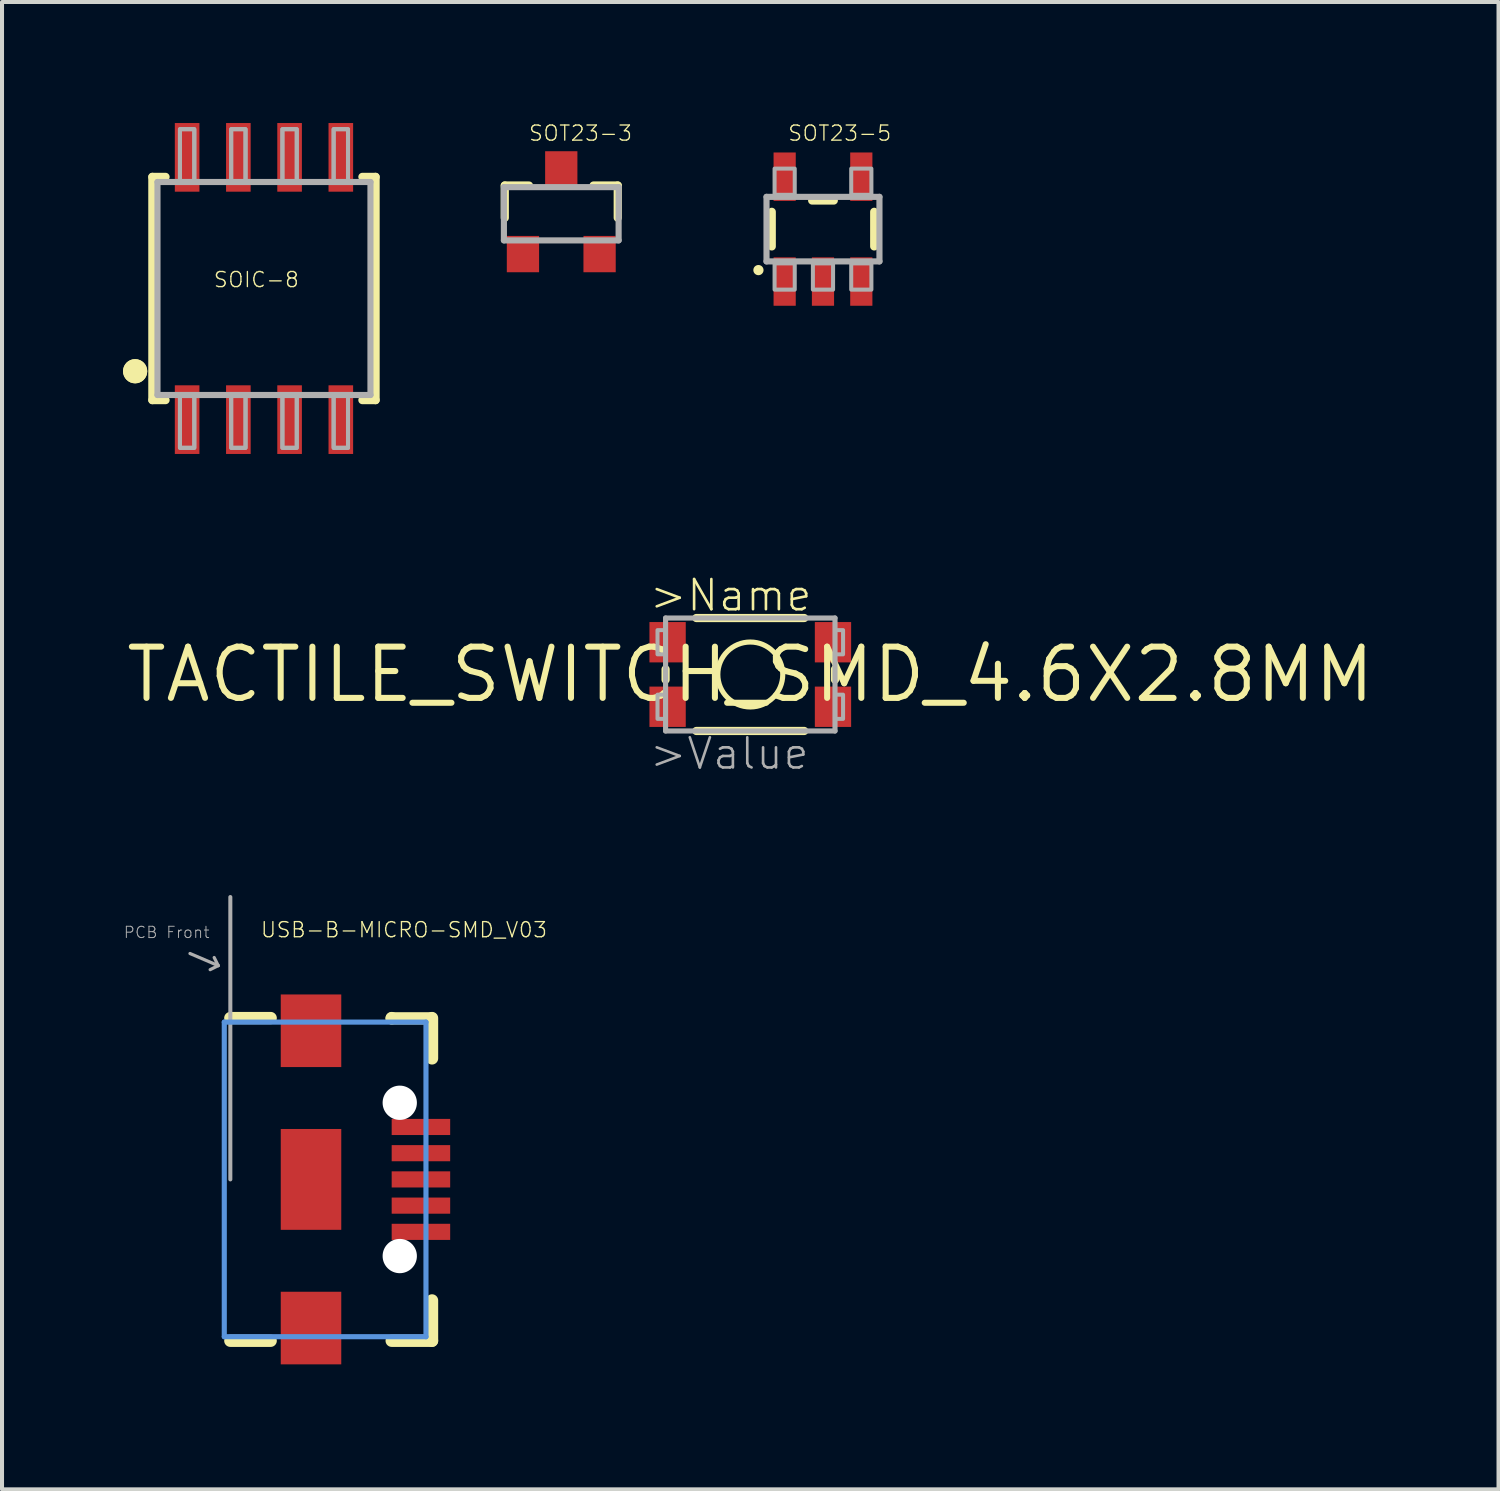
<source format=kicad_pcb>
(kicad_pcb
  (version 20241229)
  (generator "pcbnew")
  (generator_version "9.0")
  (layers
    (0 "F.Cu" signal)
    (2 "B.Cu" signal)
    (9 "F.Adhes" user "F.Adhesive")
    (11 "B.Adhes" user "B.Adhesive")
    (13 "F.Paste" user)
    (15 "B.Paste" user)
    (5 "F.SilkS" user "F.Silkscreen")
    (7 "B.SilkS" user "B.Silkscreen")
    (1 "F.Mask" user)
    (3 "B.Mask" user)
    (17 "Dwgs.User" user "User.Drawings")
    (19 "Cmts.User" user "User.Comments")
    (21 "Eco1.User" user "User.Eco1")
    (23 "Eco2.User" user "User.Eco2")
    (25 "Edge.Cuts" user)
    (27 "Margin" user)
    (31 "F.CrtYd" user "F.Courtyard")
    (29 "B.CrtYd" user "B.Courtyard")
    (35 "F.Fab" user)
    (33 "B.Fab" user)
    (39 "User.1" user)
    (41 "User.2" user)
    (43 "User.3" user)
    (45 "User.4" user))
  (footprint "SOT23-3"
    (layer "F.Cu")
    (at 10.864 2.249)
    (property "Reference" "SOT23-3" (at -0.826 -1.778 0) (layer "F.SilkS") (effects (font (size 0.374 0.374) (thickness 0.033)) (justify left bottom)))
    (fp_line (start -1.4 -0.7) (end -1.4 0.1) (stroke (width 0.203) (type solid)) (layer "F.SilkS"))
    (fp_line (start -0.8 -0.7) (end -1.4 -0.7) (stroke (width 0.203) (type solid)) (layer "F.SilkS"))
    (fp_line (start 0.8 -0.7) (end 1.4 -0.7) (stroke (width 0.203) (type solid)) (layer "F.SilkS"))
    (fp_line (start 1.4 -0.7) (end 1.4 0.1) (stroke (width 0.203) (type solid)) (layer "F.SilkS"))
    (fp_line (start -1.422 -0.66) (end 1.422 -0.66) (stroke (width 0.152) (type solid)) (layer "F.Fab"))
    (fp_line (start -1.422 0.66) (end -1.422 -0.66) (stroke (width 0.152) (type solid)) (layer "F.Fab"))
    (fp_line (start 1.422 -0.66) (end 1.422 0.66) (stroke (width 0.152) (type solid)) (layer "F.Fab"))
    (fp_line (start 1.422 0.66) (end -1.422 0.66) (stroke (width 0.152) (type solid)) (layer "F.Fab"))
    (pad "1" smd rect (at -0.95 1) (size 0.8 0.9) (layers "F.Cu" "F.Mask" "F.Paste"))
    (pad "2" smd rect (at 0.95 1) (size 0.8 0.9) (layers "F.Cu" "F.Mask" "F.Paste"))
    (pad "3" smd rect (at 0 -1.1) (size 0.8 0.9) (layers "F.Cu" "F.Mask" "F.Paste")))
  (footprint "SOIC-8"
    (layer "F.Cu")
    (at 3.494 4.102)
    (property "Reference" "SOIC-8" (at -1.27 0 0) (layer "F.SilkS") (effects (font (size 0.374 0.374) (thickness 0.033)) (justify left bottom)))
    (fp_line (start -2.767 -2.767) (end -2.767 2.767) (stroke (width 0.203) (type solid)) (layer "F.SilkS"))
    (fp_line (start -2.767 2.767) (end -2.44 2.767) (stroke (width 0.203) (type solid)) (layer "F.SilkS"))
    (fp_line (start -2.44 -2.767) (end -2.767 -2.767) (stroke (width 0.203) (type solid)) (layer "F.SilkS"))
    (fp_line (start 2.44 2.767) (end 2.767 2.767) (stroke (width 0.203) (type solid)) (layer "F.SilkS"))
    (fp_line (start 2.767 -2.767) (end 2.44 -2.767) (stroke (width 0.203) (type solid)) (layer "F.SilkS"))
    (fp_line (start 2.767 2.767) (end 2.767 -2.767) (stroke (width 0.203) (type solid)) (layer "F.SilkS"))
    (fp_circle (center -3.194 2.051) (end -3.044 2.051) (stroke (width 0.3) (type solid)) (fill yes) (layer "F.SilkS"))
    (fp_circle (center -3.194 2.051) (end -3.044 2.051) (stroke (width 0.3) (type solid)) (fill yes) (layer "F.SilkS"))
    (fp_line (start -2.64 -2.64) (end -2.64 2.64) (stroke (width 0.152) (type solid)) (layer "F.Fab"))
    (fp_line (start -2.64 2.64) (end 2.64 2.64) (stroke (width 0.152) (type solid)) (layer "F.Fab"))
    (fp_line (start 2.64 -2.64) (end -2.64 -2.64) (stroke (width 0.152) (type solid)) (layer "F.Fab"))
    (fp_line (start 2.64 2.64) (end 2.64 -2.64) (stroke (width 0.152) (type solid)) (layer "F.Fab"))
    (fp_poly (pts (xy -2.083 3.95) (xy -1.727 3.95) (xy -1.727 2.64) (xy -2.083 2.64)) (stroke (width 0.1) (type solid)) (fill no) (layer "F.Fab"))
    (fp_poly (pts (xy -2.083 3.95) (xy -1.727 3.95) (xy -1.727 2.64) (xy -2.083 2.64)) (stroke (width 0.1) (type solid)) (fill no) (layer "F.Fab"))
    (fp_poly (pts (xy -1.727 -3.95) (xy -2.083 -3.95) (xy -2.083 -2.64) (xy -1.727 -2.64)) (stroke (width 0.1) (type solid)) (fill no) (layer "F.Fab"))
    (fp_poly (pts (xy -1.727 -3.95) (xy -2.083 -3.95) (xy -2.083 -2.64) (xy -1.727 -2.64)) (stroke (width 0.1) (type solid)) (fill no) (layer "F.Fab"))
    (fp_poly (pts (xy -0.813 3.95) (xy -0.457 3.95) (xy -0.457 2.64) (xy -0.813 2.64)) (stroke (width 0.1) (type solid)) (fill no) (layer "F.Fab"))
    (fp_poly (pts (xy -0.813 3.95) (xy -0.457 3.95) (xy -0.457 2.64) (xy -0.813 2.64)) (stroke (width 0.1) (type solid)) (fill no) (layer "F.Fab"))
    (fp_poly (pts (xy -0.457 -3.95) (xy -0.813 -3.95) (xy -0.813 -2.64) (xy -0.457 -2.64)) (stroke (width 0.1) (type solid)) (fill no) (layer "F.Fab"))
    (fp_poly (pts (xy -0.457 -3.95) (xy -0.813 -3.95) (xy -0.813 -2.64) (xy -0.457 -2.64)) (stroke (width 0.1) (type solid)) (fill no) (layer "F.Fab"))
    (fp_poly (pts (xy 0.457 3.95) (xy 0.813 3.95) (xy 0.813 2.64) (xy 0.457 2.64)) (stroke (width 0.1) (type solid)) (fill no) (layer "F.Fab"))
    (fp_poly (pts (xy 0.457 3.95) (xy 0.813 3.95) (xy 0.813 2.64) (xy 0.457 2.64)) (stroke (width 0.1) (type solid)) (fill no) (layer "F.Fab"))
    (fp_poly (pts (xy 0.813 -3.95) (xy 0.457 -3.95) (xy 0.457 -2.64) (xy 0.813 -2.64)) (stroke (width 0.1) (type solid)) (fill no) (layer "F.Fab"))
    (fp_poly (pts (xy 0.813 -3.95) (xy 0.457 -3.95) (xy 0.457 -2.64) (xy 0.813 -2.64)) (stroke (width 0.1) (type solid)) (fill no) (layer "F.Fab"))
    (fp_poly (pts (xy 1.727 3.95) (xy 2.083 3.95) (xy 2.083 2.64) (xy 1.727 2.64)) (stroke (width 0.1) (type solid)) (fill no) (layer "F.Fab"))
    (fp_poly (pts (xy 1.727 3.95) (xy 2.083 3.95) (xy 2.083 2.64) (xy 1.727 2.64)) (stroke (width 0.1) (type solid)) (fill no) (layer "F.Fab"))
    (fp_poly (pts (xy 2.083 -3.95) (xy 1.727 -3.95) (xy 1.727 -2.64) (xy 2.083 -2.64)) (stroke (width 0.1) (type solid)) (fill no) (layer "F.Fab"))
    (fp_poly (pts (xy 2.083 -3.95) (xy 1.727 -3.95) (xy 1.727 -2.64) (xy 2.083 -2.64)) (stroke (width 0.1) (type solid)) (fill no) (layer "F.Fab"))
    (pad "1" smd rect (at -1.905 3.251) (size 0.61 1.702) (layers "F.Cu" "F.Mask" "F.Paste"))
    (pad "2" smd rect (at -0.635 3.251) (size 0.61 1.702) (layers "F.Cu" "F.Mask" "F.Paste"))
    (pad "3" smd rect (at 0.635 3.251) (size 0.61 1.702) (layers "F.Cu" "F.Mask" "F.Paste"))
    (pad "4" smd rect (at 1.905 3.251) (size 0.61 1.702) (layers "F.Cu" "F.Mask" "F.Paste"))
    (pad "5" smd rect (at 1.905 -3.251) (size 0.61 1.702) (layers "F.Cu" "F.Mask" "F.Paste"))
    (pad "6" smd rect (at 0.635 -3.251) (size 0.61 1.702) (layers "F.Cu" "F.Mask" "F.Paste"))
    (pad "7" smd rect (at -0.635 -3.251) (size 0.61 1.702) (layers "F.Cu" "F.Mask" "F.Paste"))
    (pad "8" smd rect (at -1.905 -3.251) (size 0.61 1.702) (layers "F.Cu" "F.Mask" "F.Paste")))
  (footprint "USB-B-MICRO-SMD_V03"
    (layer "F.Cu")
    (at 4.66 26.188)
    (property "Reference" "USB-B-MICRO-SMD_V03" (at -1.27 -5.969 0) (layer "F.SilkS") (effects (font (size 0.374 0.374) (thickness 0.033)) (justify left bottom)))
    (fp_poly (pts (xy -0.85 -2.684) (xy 0.85 -2.684) (xy 0.85 -4.684) (xy -0.85 -4.684)) (stroke (width 0) (type solid)) (fill yes) (layer "F.Mask"))
    (fp_poly (pts (xy -0.85 1.35) (xy 0.85 1.35) (xy 0.85 -1.35) (xy -0.85 -1.35)) (stroke (width 0) (type solid)) (fill yes) (layer "F.Mask"))
    (fp_poly (pts (xy -0.85 4.684) (xy 0.85 4.684) (xy 0.85 2.684) (xy -0.85 2.684)) (stroke (width 0) (type solid)) (fill yes) (layer "F.Mask"))
    (fp_line (start -1 -4) (end -2 -4) (stroke (width 0.305) (type solid)) (layer "F.SilkS"))
    (fp_line (start -1 4) (end -2 4) (stroke (width 0.305) (type solid)) (layer "F.SilkS"))
    (fp_line (start 2 -3.993) (end 2 -4) (stroke (width 0.305) (type solid)) (layer "F.SilkS"))
    (fp_line (start 2 4) (end 3 4) (stroke (width 0.305) (type solid)) (layer "F.SilkS"))
    (fp_line (start 2.982 -3.993) (end 2 -3.993) (stroke (width 0.305) (type solid)) (layer "F.SilkS"))
    (fp_line (start 3 -4) (end 3 -3) (stroke (width 0.305) (type solid)) (layer "F.SilkS"))
    (fp_line (start 3 4) (end 3 3) (stroke (width 0.305) (type solid)) (layer "F.SilkS"))
    (fp_poly (pts (xy -0.75 -2.784) (xy 0.75 -2.784) (xy 0.75 -4.584) (xy -0.75 -4.584)) (stroke (width 0) (type solid)) (fill yes) (layer "F.Paste"))
    (fp_poly (pts (xy -0.75 4.584) (xy 0.75 4.584) (xy 0.75 2.784) (xy -0.75 2.784)) (stroke (width 0) (type solid)) (fill yes) (layer "F.Paste"))
    (fp_poly (pts (xy -0.35 0.75) (xy 0.35 0.75) (xy 0.35 -0.75) (xy -0.35 -0.75)) (stroke (width 0) (type solid)) (fill yes) (layer "F.Paste"))
    (fp_line (start -2.15 -3.9) (end -2.15 3.9) (stroke (width 0.127) (type solid)) (layer "Cmts.User"))
    (fp_line (start 2.85 -3.9) (end -2.15 -3.9) (stroke (width 0.127) (type solid)) (layer "Cmts.User"))
    (fp_line (start 2.85 -3.9) (end 2.85 3.9) (stroke (width 0.127) (type solid)) (layer "Cmts.User"))
    (fp_line (start 2.85 3.9) (end -2.15 3.9) (stroke (width 0.127) (type solid)) (layer "Cmts.User"))
    (fp_line (start -3 -5.6) (end -2.3 -5.3) (stroke (width 0.08) (type solid)) (layer "F.Fab"))
    (fp_line (start -2.3 -5.3) (end -2.5 -5.2) (stroke (width 0.08) (type solid)) (layer "F.Fab"))
    (fp_line (start -2.3 -5.3) (end -2.4 -5.5) (stroke (width 0.08) (type solid)) (layer "F.Fab"))
    (fp_line (start -2 -7) (end -2 0) (stroke (width 0.1) (type solid)) (layer "F.Fab"))
    (fp_text user "PCB Front" (at -4.66 -5.96 0) (layer "F.Fab") (effects (font (size 0.28 0.28) (thickness 0.024)) (justify left bottom)))
    (pad "" np_thru_hole circle (at 2.2 -1.9) (size 0.85 0.85) (drill 0.85) (layers "*.Cu" "*.Mask"))
    (pad "" np_thru_hole circle (at 2.2 1.9) (size 0.85 0.85) (drill 0.85) (layers "*.Cu" "*.Mask"))
    (pad "D+" smd rect (at 2.725 0 90) (size 0.4 1.45) (layers "F.Cu" "F.Mask" "F.Paste"))
    (pad "D-" smd rect (at 2.725 -0.65 90) (size 0.4 1.45) (layers "F.Cu" "F.Mask" "F.Paste"))
    (pad "GND" smd rect (at 2.725 1.3 90) (size 0.4 1.45) (layers "F.Cu" "F.Mask" "F.Paste"))
    (pad "ID" smd rect (at 2.725 0.65 90) (size 0.4 1.45) (layers "F.Cu" "F.Mask" "F.Paste"))
    (pad "SHIELD1" smd rect (at 0 -3.685 90) (size 1.8 1.5) (layers "F.Cu"))
    (pad "SHIELD2" smd rect (at 0 3.685 90) (size 1.8 1.5) (layers "F.Cu"))
    (pad "SHIELD3" smd rect (at 0 0 90) (size 2.5 1.5) (layers "F.Cu"))
    (pad "VBUS" smd rect (at 2.725 -1.3 90) (size 0.4 1.45) (layers "F.Cu" "F.Mask" "F.Paste")))
  (footprint "TACTILE_SWITCH_SMD_4.6X2.8MM"
    (layer "F.Cu")
    (at 15.55 13.671)
    (property "Reference" "TACTILE_SWITCH_SMD_4.6X2.8MM" (at 0 0 0) (layer "F.SilkS") (effects (font (size 1.27 1.27) (thickness 0.15))))
    (fp_line (start -2.1 -0.13) (end -2.1 0.13) (stroke (width 0.203) (type solid)) (layer "F.SilkS"))
    (fp_line (start -1.338 -1.4) (end 1.338 -1.4) (stroke (width 0.203) (type solid)) (layer "F.SilkS"))
    (fp_line (start 1.338 1.4) (end -1.338 1.4) (stroke (width 0.203) (type solid)) (layer "F.SilkS"))
    (fp_line (start 2.1 0.13) (end 2.1 -0.13) (stroke (width 0.203) (type solid)) (layer "F.SilkS"))
    (fp_circle (center 0 0) (end 0.805 0) (stroke (width 0.127) (type solid)) (fill no) (layer "F.SilkS"))
    (fp_line (start -2.1 -1.4) (end -2.1 1.4) (stroke (width 0.127) (type solid)) (layer "F.Fab"))
    (fp_line (start -2.1 -1.4) (end 2.1 -1.4) (stroke (width 0.127) (type solid)) (layer "F.Fab"))
    (fp_line (start -2.1 1.4) (end 2.1 1.4) (stroke (width 0.127) (type solid)) (layer "F.Fab"))
    (fp_line (start 2.1 1.4) (end 2.1 -1.4) (stroke (width 0.127) (type solid)) (layer "F.Fab"))
    (fp_poly (pts (xy -2.3 -0.5) (xy -2.1 -0.5) (xy -2.1 -1.1) (xy -2.3 -1.1)) (stroke (width 0.1) (type solid)) (fill no) (layer "F.Fab"))
    (fp_poly (pts (xy -2.3 1.1) (xy -2.1 1.1) (xy -2.1 0.5) (xy -2.3 0.5)) (stroke (width 0.1) (type solid)) (fill no) (layer "F.Fab"))
    (fp_poly (pts (xy 2.3 -1.1) (xy 2.1 -1.1) (xy 2.1 -0.5) (xy 2.3 -0.5)) (stroke (width 0.1) (type solid)) (fill no) (layer "F.Fab"))
    (fp_poly (pts (xy 2.3 0.5) (xy 2.1 0.5) (xy 2.1 1.1) (xy 2.3 1.1)) (stroke (width 0.1) (type solid)) (fill no) (layer "F.Fab"))
    (fp_text user ">Name" (at -2.54 -1.524 0) (layer "F.SilkS") (effects (font (size 0.748 0.748) (thickness 0.065)) (justify left bottom)))
    (fp_text user ">Value" (at -2.54 1.524 0) (layer "F.Fab") (effects (font (size 0.748 0.748) (thickness 0.065)) (justify left top)))
    (pad "1" smd rect (at -2.05 0.8) (size 0.9 1) (layers "F.Cu" "F.Mask" "F.Paste"))
    (pad "2" smd rect (at 2.05 0.8) (size 0.9 1) (layers "F.Cu" "F.Mask" "F.Paste"))
    (pad "3" smd rect (at 2.05 -0.8) (size 0.9 1) (layers "F.Cu" "F.Mask" "F.Paste"))
    (pad "4" smd rect (at -2.05 -0.8) (size 0.9 1) (layers "F.Cu" "F.Mask" "F.Paste")))
  (footprint "SOT23-5"
    (layer "F.Cu")
    (at 17.352 2.63)
    (property "Reference" "SOT23-5" (at -0.889 -2.159 0) (layer "F.SilkS") (effects (font (size 0.374 0.374) (thickness 0.033)) (justify left bottom)))
    (fp_line (start -1.27 0.429) (end -1.27 -0.429) (stroke (width 0.203) (type solid)) (layer "F.SilkS"))
    (fp_line (start -0.268 -0.709) (end 0.268 -0.709) (stroke (width 0.203) (type solid)) (layer "F.SilkS"))
    (fp_line (start 1.27 -0.429) (end 1.27 0.429) (stroke (width 0.203) (type solid)) (layer "F.SilkS"))
    (fp_circle (center -1.6 1.016) (end -1.537 1.016) (stroke (width 0.127) (type solid)) (fill yes) (layer "F.SilkS"))
    (fp_line (start -1.4 -0.8) (end -1.4 0.8) (stroke (width 0.152) (type solid)) (layer "F.Fab"))
    (fp_line (start -1.4 -0.8) (end 1.4 -0.8) (stroke (width 0.152) (type solid)) (layer "F.Fab"))
    (fp_line (start 1.4 -0.8) (end 1.4 0.8) (stroke (width 0.152) (type solid)) (layer "F.Fab"))
    (fp_line (start 1.4 0.8) (end -1.4 0.8) (stroke (width 0.152) (type solid)) (layer "F.Fab"))
    (fp_poly (pts (xy -1.2 -0.85) (xy -0.7 -0.85) (xy -0.7 -1.5) (xy -1.2 -1.5)) (stroke (width 0.1) (type solid)) (fill no) (layer "F.Fab"))
    (fp_poly (pts (xy -1.2 1.5) (xy -0.7 1.5) (xy -0.7 0.85) (xy -1.2 0.85)) (stroke (width 0.1) (type solid)) (fill no) (layer "F.Fab"))
    (fp_poly (pts (xy -0.25 1.5) (xy 0.25 1.5) (xy 0.25 0.85) (xy -0.25 0.85)) (stroke (width 0.1) (type solid)) (fill no) (layer "F.Fab"))
    (fp_poly (pts (xy 0.7 -0.85) (xy 1.2 -0.85) (xy 1.2 -1.5) (xy 0.7 -1.5)) (stroke (width 0.1) (type solid)) (fill no) (layer "F.Fab"))
    (fp_poly (pts (xy 0.7 1.5) (xy 1.2 1.5) (xy 1.2 0.85) (xy 0.7 0.85)) (stroke (width 0.1) (type solid)) (fill no) (layer "F.Fab"))
    (pad "1" smd rect (at -0.95 1.3) (size 0.55 1.2) (layers "F.Cu" "F.Mask" "F.Paste"))
    (pad "2" smd rect (at 0 1.3) (size 0.55 1.2) (layers "F.Cu" "F.Mask" "F.Paste"))
    (pad "3" smd rect (at 0.95 1.3) (size 0.55 1.2) (layers "F.Cu" "F.Mask" "F.Paste"))
    (pad "4" smd rect (at 0.95 -1.3) (size 0.55 1.2) (layers "F.Cu" "F.Mask" "F.Paste"))
    (pad "5" smd rect (at -0.95 -1.3) (size 0.55 1.2) (layers "F.Cu" "F.Mask" "F.Paste")))
  (gr_rect
    (start -3 -3)
    (end 34.099 33.872)
    (stroke (width 0.1) (type default))
    (fill no)
    (layer "Edge.Cuts")))
</source>
